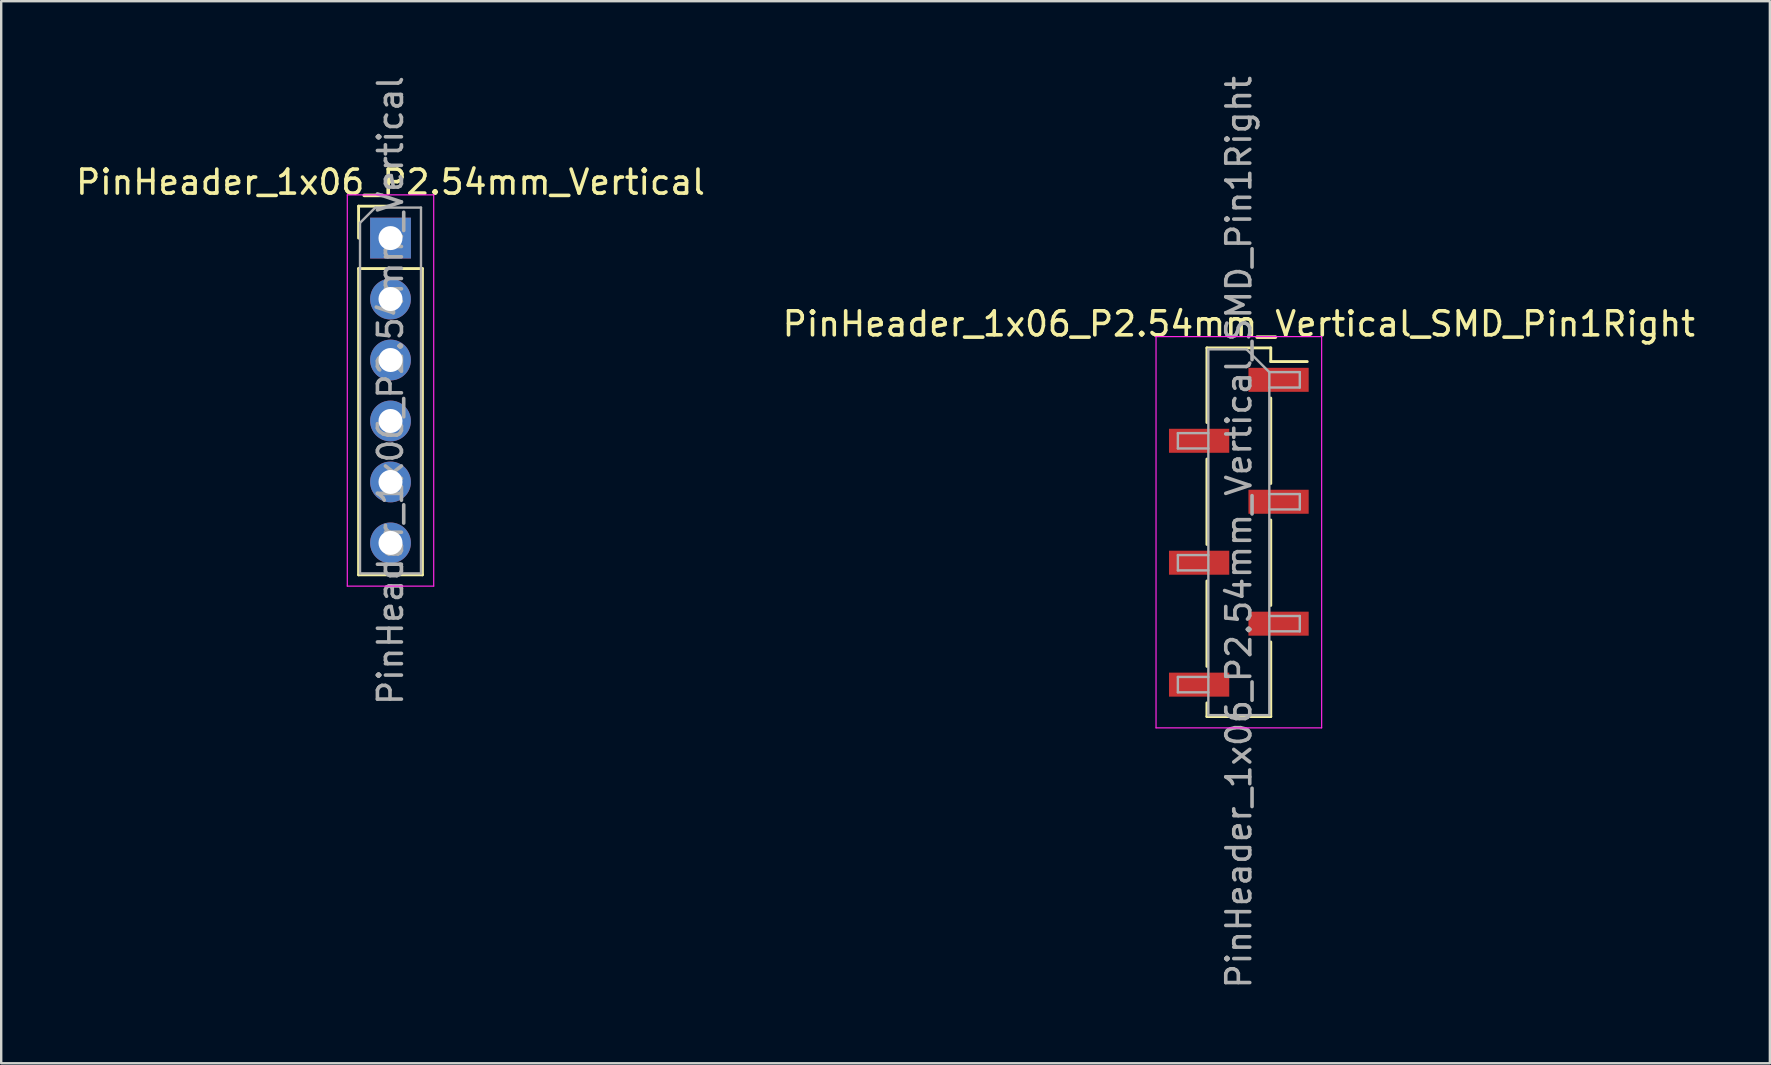
<source format=kicad_pcb>
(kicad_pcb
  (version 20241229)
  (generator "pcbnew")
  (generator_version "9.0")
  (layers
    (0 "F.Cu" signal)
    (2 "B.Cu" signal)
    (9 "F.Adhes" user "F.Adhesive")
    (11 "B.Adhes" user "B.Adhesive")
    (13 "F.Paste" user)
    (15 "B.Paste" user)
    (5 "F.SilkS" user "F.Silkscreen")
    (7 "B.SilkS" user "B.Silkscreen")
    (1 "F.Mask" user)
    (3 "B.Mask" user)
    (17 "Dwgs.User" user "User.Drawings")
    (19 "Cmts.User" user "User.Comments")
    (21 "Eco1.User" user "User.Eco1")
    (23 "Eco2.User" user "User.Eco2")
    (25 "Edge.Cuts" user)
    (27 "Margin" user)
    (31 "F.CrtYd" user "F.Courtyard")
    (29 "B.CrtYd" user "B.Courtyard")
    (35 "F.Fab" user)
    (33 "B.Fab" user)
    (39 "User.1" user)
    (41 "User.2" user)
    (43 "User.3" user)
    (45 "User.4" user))
  (footprint "PinHeader_1x06_P2.54mm_Vertical_SMD_Pin1Right"
    (layer "F.Cu")
    (at 48.565 19.125)
    (property "Reference" "PinHeader_1x06_P2.54mm_Vertical_SMD_Pin1Right" (at 0 -8.68 0) (layer "F.SilkS") (effects (font (size 1 1) (thickness 0.15))))
    (attr smd)
    (fp_line (start -1.33 -7.68) (end -1.33 -4.57) (stroke (width 0.12) (type solid)) (layer "F.SilkS"))
    (fp_line (start -1.33 -7.68) (end 1.33 -7.68) (stroke (width 0.12) (type solid)) (layer "F.SilkS"))
    (fp_line (start -1.33 -3.05) (end -1.33 0.51) (stroke (width 0.12) (type solid)) (layer "F.SilkS"))
    (fp_line (start -1.33 2.03) (end -1.33 5.59) (stroke (width 0.12) (type solid)) (layer "F.SilkS"))
    (fp_line (start -1.33 7.11) (end -1.33 7.68) (stroke (width 0.12) (type solid)) (layer "F.SilkS"))
    (fp_line (start -1.33 7.68) (end 1.33 7.68) (stroke (width 0.12) (type solid)) (layer "F.SilkS"))
    (fp_line (start 1.33 -7.68) (end 1.33 -7.11) (stroke (width 0.12) (type solid)) (layer "F.SilkS"))
    (fp_line (start 1.33 -7.11) (end 2.85 -7.11) (stroke (width 0.12) (type solid)) (layer "F.SilkS"))
    (fp_line (start 1.33 -5.59) (end 1.33 -2.03) (stroke (width 0.12) (type solid)) (layer "F.SilkS"))
    (fp_line (start 1.33 -0.51) (end 1.33 3.05) (stroke (width 0.12) (type solid)) (layer "F.SilkS"))
    (fp_line (start 1.33 4.57) (end 1.33 7.68) (stroke (width 0.12) (type solid)) (layer "F.SilkS"))
    (fp_line (start -3.45 -8.15) (end -3.45 8.15) (stroke (width 0.05) (type solid)) (layer "F.CrtYd"))
    (fp_line (start -3.45 8.15) (end 3.45 8.15) (stroke (width 0.05) (type solid)) (layer "F.CrtYd"))
    (fp_line (start 3.45 -8.15) (end -3.45 -8.15) (stroke (width 0.05) (type solid)) (layer "F.CrtYd"))
    (fp_line (start 3.45 8.15) (end 3.45 -8.15) (stroke (width 0.05) (type solid)) (layer "F.CrtYd"))
    (fp_line (start -2.54 -4.13) (end -2.54 -3.49) (stroke (width 0.1) (type solid)) (layer "F.Fab"))
    (fp_line (start -2.54 -3.49) (end -1.27 -3.49) (stroke (width 0.1) (type solid)) (layer "F.Fab"))
    (fp_line (start -2.54 0.95) (end -2.54 1.59) (stroke (width 0.1) (type solid)) (layer "F.Fab"))
    (fp_line (start -2.54 1.59) (end -1.27 1.59) (stroke (width 0.1) (type solid)) (layer "F.Fab"))
    (fp_line (start -2.54 6.03) (end -2.54 6.67) (stroke (width 0.1) (type solid)) (layer "F.Fab"))
    (fp_line (start -2.54 6.67) (end -1.27 6.67) (stroke (width 0.1) (type solid)) (layer "F.Fab"))
    (fp_line (start -1.27 -7.62) (end -1.27 7.62) (stroke (width 0.1) (type solid)) (layer "F.Fab"))
    (fp_line (start -1.27 -7.62) (end 0.32 -7.62) (stroke (width 0.1) (type solid)) (layer "F.Fab"))
    (fp_line (start -1.27 -4.13) (end -2.54 -4.13) (stroke (width 0.1) (type solid)) (layer "F.Fab"))
    (fp_line (start -1.27 0.95) (end -2.54 0.95) (stroke (width 0.1) (type solid)) (layer "F.Fab"))
    (fp_line (start -1.27 6.03) (end -2.54 6.03) (stroke (width 0.1) (type solid)) (layer "F.Fab"))
    (fp_line (start 1.27 -6.67) (end 0.32 -7.62) (stroke (width 0.1) (type solid)) (layer "F.Fab"))
    (fp_line (start 1.27 -6.67) (end 2.54 -6.67) (stroke (width 0.1) (type solid)) (layer "F.Fab"))
    (fp_line (start 1.27 -1.59) (end 2.54 -1.59) (stroke (width 0.1) (type solid)) (layer "F.Fab"))
    (fp_line (start 1.27 3.49) (end 2.54 3.49) (stroke (width 0.1) (type solid)) (layer "F.Fab"))
    (fp_line (start 1.27 7.62) (end -1.27 7.62) (stroke (width 0.1) (type solid)) (layer "F.Fab"))
    (fp_line (start 1.27 7.62) (end 1.27 -6.67) (stroke (width 0.1) (type solid)) (layer "F.Fab"))
    (fp_line (start 2.54 -6.67) (end 2.54 -6.03) (stroke (width 0.1) (type solid)) (layer "F.Fab"))
    (fp_line (start 2.54 -6.03) (end 1.27 -6.03) (stroke (width 0.1) (type solid)) (layer "F.Fab"))
    (fp_line (start 2.54 -1.59) (end 2.54 -0.95) (stroke (width 0.1) (type solid)) (layer "F.Fab"))
    (fp_line (start 2.54 -0.95) (end 1.27 -0.95) (stroke (width 0.1) (type solid)) (layer "F.Fab"))
    (fp_line (start 2.54 3.49) (end 2.54 4.13) (stroke (width 0.1) (type solid)) (layer "F.Fab"))
    (fp_line (start 2.54 4.13) (end 1.27 4.13) (stroke (width 0.1) (type solid)) (layer "F.Fab"))
    (fp_text user "${REFERENCE}" (at 0 0 90) (layer "F.Fab") (effects (font (size 1 1) (thickness 0.15))))
    (pad "1" smd rect (at 1.655 -6.35) (size 2.51 1) (layers "F.Cu" "F.Mask" "F.Paste"))
    (pad "2" smd rect (at -1.655 -3.81) (size 2.51 1) (layers "F.Cu" "F.Mask" "F.Paste"))
    (pad "3" smd rect (at 1.655 -1.27) (size 2.51 1) (layers "F.Cu" "F.Mask" "F.Paste"))
    (pad "4" smd rect (at -1.655 1.27) (size 2.51 1) (layers "F.Cu" "F.Mask" "F.Paste"))
    (pad "5" smd rect (at 1.655 3.81) (size 2.51 1) (layers "F.Cu" "F.Mask" "F.Paste"))
    (pad "6" smd rect (at -1.655 6.35) (size 2.51 1) (layers "F.Cu" "F.Mask" "F.Paste")))
  (footprint "PinHeader_1x06_P2.54mm_Vertical"
    (layer "F.Cu")
    (at 13.22 6.87)
    (property "Reference" "PinHeader_1x06_P2.54mm_Vertical" (at 0 -2.33 0) (layer "F.SilkS") (effects (font (size 1 1) (thickness 0.15))))
    (attr through_hole)
    (fp_line (start -1.33 -1.33) (end 0 -1.33) (stroke (width 0.12) (type solid)) (layer "F.SilkS"))
    (fp_line (start -1.33 0) (end -1.33 -1.33) (stroke (width 0.12) (type solid)) (layer "F.SilkS"))
    (fp_line (start -1.33 1.27) (end -1.33 14.03) (stroke (width 0.12) (type solid)) (layer "F.SilkS"))
    (fp_line (start -1.33 1.27) (end 1.33 1.27) (stroke (width 0.12) (type solid)) (layer "F.SilkS"))
    (fp_line (start -1.33 14.03) (end 1.33 14.03) (stroke (width 0.12) (type solid)) (layer "F.SilkS"))
    (fp_line (start 1.33 1.27) (end 1.33 14.03) (stroke (width 0.12) (type solid)) (layer "F.SilkS"))
    (fp_line (start -1.8 -1.8) (end -1.8 14.5) (stroke (width 0.05) (type solid)) (layer "F.CrtYd"))
    (fp_line (start -1.8 14.5) (end 1.8 14.5) (stroke (width 0.05) (type solid)) (layer "F.CrtYd"))
    (fp_line (start 1.8 -1.8) (end -1.8 -1.8) (stroke (width 0.05) (type solid)) (layer "F.CrtYd"))
    (fp_line (start 1.8 14.5) (end 1.8 -1.8) (stroke (width 0.05) (type solid)) (layer "F.CrtYd"))
    (fp_line (start -1.27 -0.635) (end -0.635 -1.27) (stroke (width 0.1) (type solid)) (layer "F.Fab"))
    (fp_line (start -1.27 13.97) (end -1.27 -0.635) (stroke (width 0.1) (type solid)) (layer "F.Fab"))
    (fp_line (start -0.635 -1.27) (end 1.27 -1.27) (stroke (width 0.1) (type solid)) (layer "F.Fab"))
    (fp_line (start 1.27 -1.27) (end 1.27 13.97) (stroke (width 0.1) (type solid)) (layer "F.Fab"))
    (fp_line (start 1.27 13.97) (end -1.27 13.97) (stroke (width 0.1) (type solid)) (layer "F.Fab"))
    (fp_text user "${REFERENCE}" (at 0 6.35 90) (layer "F.Fab") (effects (font (size 1 1) (thickness 0.15))))
    (pad "1" thru_hole rect (at 0 0) (size 1.7 1.7) (drill 1) (layers "*.Cu" "*.Mask"))
    (pad "2" thru_hole oval (at 0 2.54) (size 1.7 1.7) (drill 1) (layers "*.Cu" "*.Mask"))
    (pad "3" thru_hole oval (at 0 5.08) (size 1.7 1.7) (drill 1) (layers "*.Cu" "*.Mask"))
    (pad "4" thru_hole oval (at 0 7.62) (size 1.7 1.7) (drill 1) (layers "*.Cu" "*.Mask"))
    (pad "5" thru_hole oval (at 0 10.16) (size 1.7 1.7) (drill 1) (layers "*.Cu" "*.Mask"))
    (pad "6" thru_hole oval (at 0 12.7) (size 1.7 1.7) (drill 1) (layers "*.Cu" "*.Mask")))
  (gr_rect
    (start -3 -3)
    (end 70.69 41.25)
    (stroke (width 0.1) (type default))
    (fill no)
    (layer "Edge.Cuts")))
</source>
